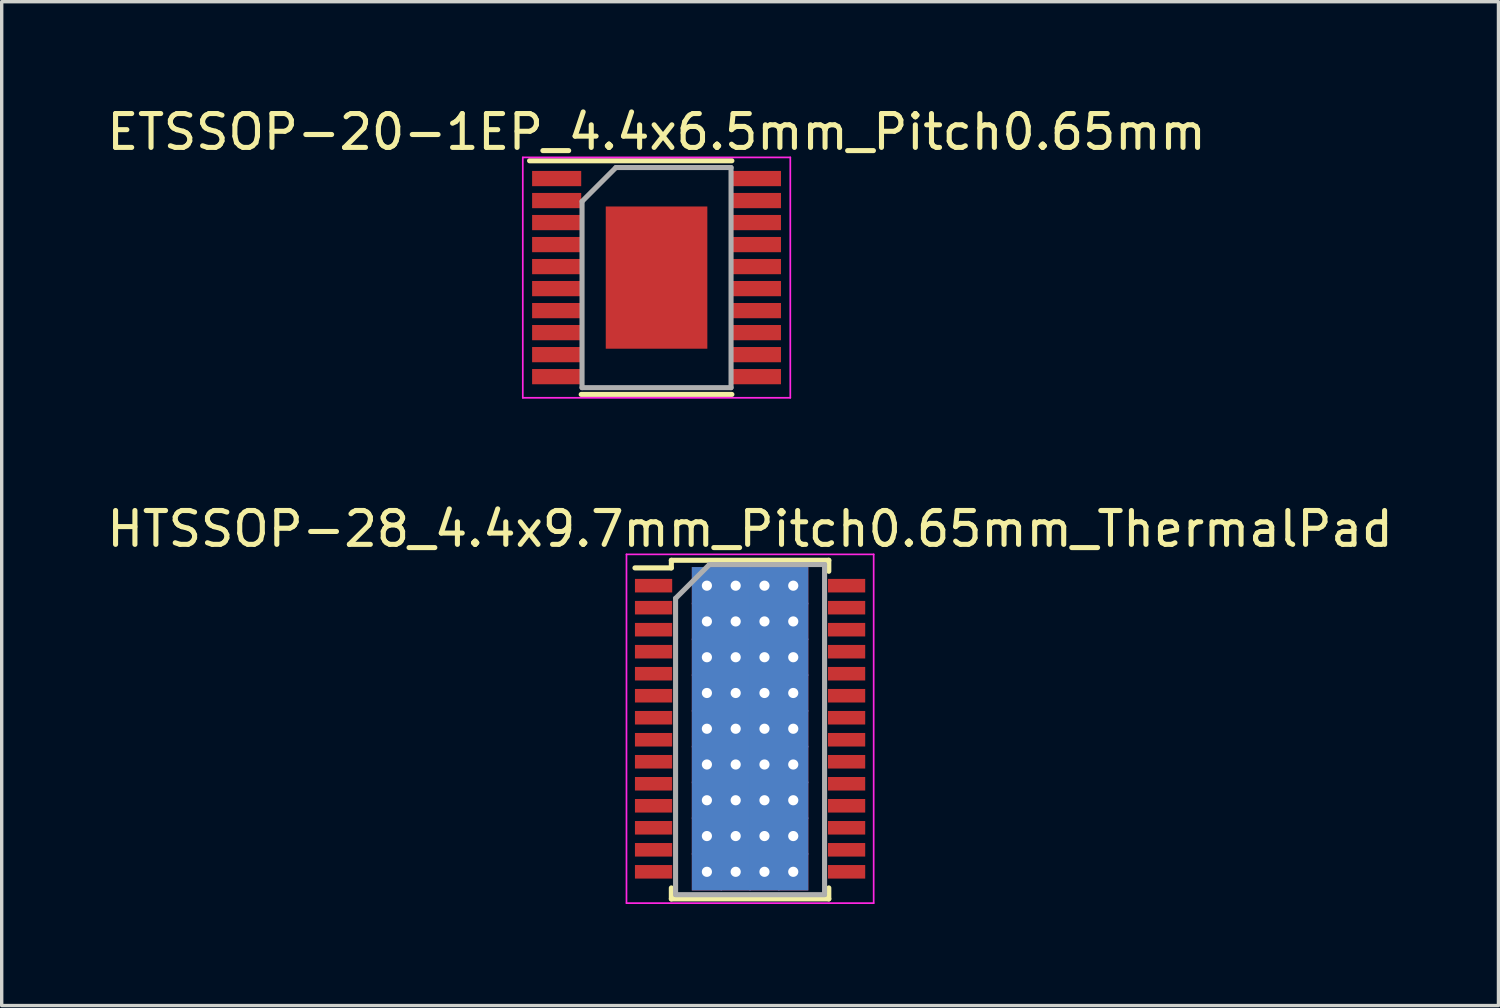
<source format=kicad_pcb>
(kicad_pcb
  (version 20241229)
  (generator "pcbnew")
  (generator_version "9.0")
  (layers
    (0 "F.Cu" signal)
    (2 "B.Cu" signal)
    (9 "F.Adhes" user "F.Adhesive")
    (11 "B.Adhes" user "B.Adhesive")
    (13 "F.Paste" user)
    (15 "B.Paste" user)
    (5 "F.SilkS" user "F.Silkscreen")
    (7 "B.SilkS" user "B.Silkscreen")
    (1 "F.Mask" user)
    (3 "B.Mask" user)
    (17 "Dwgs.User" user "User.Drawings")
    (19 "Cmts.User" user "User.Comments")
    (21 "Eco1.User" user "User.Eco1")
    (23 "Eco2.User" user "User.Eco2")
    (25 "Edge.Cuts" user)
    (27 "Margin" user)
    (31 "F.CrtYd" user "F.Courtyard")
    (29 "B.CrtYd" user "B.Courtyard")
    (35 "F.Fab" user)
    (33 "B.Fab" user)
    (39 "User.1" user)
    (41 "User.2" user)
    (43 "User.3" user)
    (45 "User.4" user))
  (footprint "ETSSOP-20-1EP_4.4x6.5mm_Pitch0.65mm"
    (layer "F.Cu")
    (at 16.339 5.148)
    (property "Reference" "ETSSOP-20-1EP_4.4x6.5mm_Pitch0.65mm" (at 0 -4.3 0) (layer "F.SilkS") (effects (font (size 1 1) (thickness 0.15))))
    (attr smd)
    (fp_line (start -3.75 -3.45) (end 2.225 -3.45) (stroke (width 0.15) (type solid)) (layer "F.SilkS"))
    (fp_line (start -2.225 3.45) (end 2.225 3.45) (stroke (width 0.15) (type solid)) (layer "F.SilkS"))
    (fp_line (start -3.95 -3.55) (end -3.95 3.55) (stroke (width 0.05) (type solid)) (layer "F.CrtYd"))
    (fp_line (start -3.95 -3.55) (end 3.95 -3.55) (stroke (width 0.05) (type solid)) (layer "F.CrtYd"))
    (fp_line (start -3.95 3.55) (end 3.95 3.55) (stroke (width 0.05) (type solid)) (layer "F.CrtYd"))
    (fp_line (start 3.95 -3.55) (end 3.95 3.55) (stroke (width 0.05) (type solid)) (layer "F.CrtYd"))
    (fp_line (start -2.2 -2.25) (end -1.2 -3.25) (stroke (width 0.15) (type solid)) (layer "F.Fab"))
    (fp_line (start -2.2 3.25) (end -2.2 -2.25) (stroke (width 0.15) (type solid)) (layer "F.Fab"))
    (fp_line (start -1.2 -3.25) (end 2.2 -3.25) (stroke (width 0.15) (type solid)) (layer "F.Fab"))
    (fp_line (start 2.2 -3.25) (end 2.2 3.25) (stroke (width 0.15) (type solid)) (layer "F.Fab"))
    (fp_line (start 2.2 3.25) (end -2.2 3.25) (stroke (width 0.15) (type solid)) (layer "F.Fab"))
    (pad "1" smd rect (at -2.95 -2.925) (size 1.45 0.45) (layers "F.Cu" "F.Mask" "F.Paste"))
    (pad "2" smd rect (at -2.95 -2.275) (size 1.45 0.45) (layers "F.Cu" "F.Mask" "F.Paste"))
    (pad "3" smd rect (at -2.95 -1.625) (size 1.45 0.45) (layers "F.Cu" "F.Mask" "F.Paste"))
    (pad "4" smd rect (at -2.95 -0.975) (size 1.45 0.45) (layers "F.Cu" "F.Mask" "F.Paste"))
    (pad "5" smd rect (at -2.95 -0.325) (size 1.45 0.45) (layers "F.Cu" "F.Mask" "F.Paste"))
    (pad "6" smd rect (at -2.95 0.325) (size 1.45 0.45) (layers "F.Cu" "F.Mask" "F.Paste"))
    (pad "7" smd rect (at -2.95 0.975) (size 1.45 0.45) (layers "F.Cu" "F.Mask" "F.Paste"))
    (pad "8" smd rect (at -2.95 1.625) (size 1.45 0.45) (layers "F.Cu" "F.Mask" "F.Paste"))
    (pad "9" smd rect (at -2.95 2.275) (size 1.45 0.45) (layers "F.Cu" "F.Mask" "F.Paste"))
    (pad "10" smd rect (at -2.95 2.925) (size 1.45 0.45) (layers "F.Cu" "F.Mask" "F.Paste"))
    (pad "11" smd rect (at 2.95 2.925) (size 1.45 0.45) (layers "F.Cu" "F.Mask" "F.Paste"))
    (pad "12" smd rect (at 2.95 2.275) (size 1.45 0.45) (layers "F.Cu" "F.Mask" "F.Paste"))
    (pad "13" smd rect (at 2.95 1.625) (size 1.45 0.45) (layers "F.Cu" "F.Mask" "F.Paste"))
    (pad "14" smd rect (at 2.95 0.975) (size 1.45 0.45) (layers "F.Cu" "F.Mask" "F.Paste"))
    (pad "15" smd rect (at 2.95 0.325) (size 1.45 0.45) (layers "F.Cu" "F.Mask" "F.Paste"))
    (pad "16" smd rect (at 2.95 -0.325) (size 1.45 0.45) (layers "F.Cu" "F.Mask" "F.Paste"))
    (pad "17" smd rect (at 2.95 -0.975) (size 1.45 0.45) (layers "F.Cu" "F.Mask" "F.Paste"))
    (pad "18" smd rect (at 2.95 -1.625) (size 1.45 0.45) (layers "F.Cu" "F.Mask" "F.Paste"))
    (pad "19" smd rect (at 2.95 -2.275) (size 1.45 0.45) (layers "F.Cu" "F.Mask" "F.Paste"))
    (pad "20" smd rect (at 2.95 -2.925) (size 1.45 0.45) (layers "F.Cu" "F.Mask" "F.Paste"))
    (pad "21" smd rect (at 0 0) (size 3 4.2) (layers "F.Cu" "F.Mask" "F.Paste")))
  (footprint "HTSSOP-28_4.4x9.7mm_Pitch0.65mm_ThermalPad"
    (layer "F.Cu")
    (at 19.101 18.471)
    (property "Reference" "HTSSOP-28_4.4x9.7mm_Pitch0.65mm_ThermalPad" (at 0 -5.9 0) (layer "F.SilkS") (effects (font (size 1 1) (thickness 0.15))))
    (attr smd)
    (fp_line (start -2.325 -4.975) (end -2.325 -4.75) (stroke (width 0.15) (type solid)) (layer "F.SilkS"))
    (fp_line (start -2.325 -4.975) (end 2.325 -4.975) (stroke (width 0.15) (type solid)) (layer "F.SilkS"))
    (fp_line (start -2.325 -4.75) (end -3.4 -4.75) (stroke (width 0.15) (type solid)) (layer "F.SilkS"))
    (fp_line (start -2.325 5.026) (end -2.325 4.701) (stroke (width 0.15) (type solid)) (layer "F.SilkS"))
    (fp_line (start -2.325 5.026) (end 2.325 5.026) (stroke (width 0.15) (type solid)) (layer "F.SilkS"))
    (fp_line (start 2.325 -4.975) (end 2.325 -4.65) (stroke (width 0.15) (type solid)) (layer "F.SilkS"))
    (fp_line (start 2.325 5.026) (end 2.325 4.701) (stroke (width 0.15) (type solid)) (layer "F.SilkS"))
    (fp_line (start -3.65 -5.15) (end -3.65 5.15) (stroke (width 0.05) (type solid)) (layer "F.CrtYd"))
    (fp_line (start -3.65 -5.15) (end 3.65 -5.15) (stroke (width 0.05) (type solid)) (layer "F.CrtYd"))
    (fp_line (start -3.65 5.15) (end 3.65 5.15) (stroke (width 0.05) (type solid)) (layer "F.CrtYd"))
    (fp_line (start 3.65 -5.15) (end 3.65 5.15) (stroke (width 0.05) (type solid)) (layer "F.CrtYd"))
    (fp_line (start -2.2 -3.85) (end -1.2 -4.85) (stroke (width 0.15) (type solid)) (layer "F.Fab"))
    (fp_line (start -2.2 4.85) (end -2.2 -3.85) (stroke (width 0.15) (type solid)) (layer "F.Fab"))
    (fp_line (start -1.2 -4.85) (end 2.2 -4.85) (stroke (width 0.15) (type solid)) (layer "F.Fab"))
    (fp_line (start 2.2 -4.85) (end 2.2 4.85) (stroke (width 0.15) (type solid)) (layer "F.Fab"))
    (fp_line (start 2.2 4.901) (end -2.2 4.901) (stroke (width 0.15) (type solid)) (layer "F.Fab"))
    (pad "1" smd rect (at -2.85 -4.225) (size 1.1 0.4) (layers "F.Cu" "F.Mask" "F.Paste"))
    (pad "2" smd rect (at -2.85 -3.575) (size 1.1 0.4) (layers "F.Cu" "F.Mask" "F.Paste"))
    (pad "3" smd rect (at -2.85 -2.925) (size 1.1 0.4) (layers "F.Cu" "F.Mask" "F.Paste"))
    (pad "4" smd rect (at -2.85 -2.275) (size 1.1 0.4) (layers "F.Cu" "F.Mask" "F.Paste"))
    (pad "5" smd rect (at -2.85 -1.625) (size 1.1 0.4) (layers "F.Cu" "F.Mask" "F.Paste"))
    (pad "6" smd rect (at -2.85 -0.975) (size 1.1 0.4) (layers "F.Cu" "F.Mask" "F.Paste"))
    (pad "7" smd rect (at -2.85 -0.325) (size 1.1 0.4) (layers "F.Cu" "F.Mask" "F.Paste"))
    (pad "8" smd rect (at -2.85 0.325) (size 1.1 0.4) (layers "F.Cu" "F.Mask" "F.Paste"))
    (pad "9" smd rect (at -2.85 0.975) (size 1.1 0.4) (layers "F.Cu" "F.Mask" "F.Paste"))
    (pad "10" smd rect (at -2.85 1.625) (size 1.1 0.4) (layers "F.Cu" "F.Mask" "F.Paste"))
    (pad "11" smd rect (at -2.85 2.275) (size 1.1 0.4) (layers "F.Cu" "F.Mask" "F.Paste"))
    (pad "12" smd rect (at -2.85 2.925) (size 1.1 0.4) (layers "F.Cu" "F.Mask" "F.Paste"))
    (pad "13" smd rect (at -2.85 3.575) (size 1.1 0.4) (layers "F.Cu" "F.Mask" "F.Paste"))
    (pad "14" smd rect (at -2.85 4.225) (size 1.1 0.4) (layers "F.Cu" "F.Mask" "F.Paste"))
    (pad "15" smd rect (at 2.85 4.225) (size 1.1 0.4) (layers "F.Cu" "F.Mask" "F.Paste"))
    (pad "16" smd rect (at 2.85 3.575) (size 1.1 0.4) (layers "F.Cu" "F.Mask" "F.Paste"))
    (pad "17" smd rect (at 2.85 2.925) (size 1.1 0.4) (layers "F.Cu" "F.Mask" "F.Paste"))
    (pad "18" smd rect (at 2.85 2.275) (size 1.1 0.4) (layers "F.Cu" "F.Mask" "F.Paste"))
    (pad "19" smd rect (at 2.85 1.625) (size 1.1 0.4) (layers "F.Cu" "F.Mask" "F.Paste"))
    (pad "20" smd rect (at 2.85 0.975) (size 1.1 0.4) (layers "F.Cu" "F.Mask" "F.Paste"))
    (pad "21" smd rect (at 2.85 0.325) (size 1.1 0.4) (layers "F.Cu" "F.Mask" "F.Paste"))
    (pad "22" smd rect (at 2.85 -0.325) (size 1.1 0.4) (layers "F.Cu" "F.Mask" "F.Paste"))
    (pad "23" smd rect (at 2.85 -0.975) (size 1.1 0.4) (layers "F.Cu" "F.Mask" "F.Paste"))
    (pad "24" smd rect (at 2.85 -1.625) (size 1.1 0.4) (layers "F.Cu" "F.Mask" "F.Paste"))
    (pad "25" smd rect (at 2.85 -2.275) (size 1.1 0.4) (layers "F.Cu" "F.Mask" "F.Paste"))
    (pad "26" smd rect (at 2.85 -2.925) (size 1.1 0.4) (layers "F.Cu" "F.Mask" "F.Paste"))
    (pad "27" smd rect (at 2.85 -3.575) (size 1.1 0.4) (layers "F.Cu" "F.Mask" "F.Paste"))
    (pad "28" smd rect (at 2.85 -4.225) (size 1.1 0.4) (layers "F.Cu" "F.Mask" "F.Paste"))
    (pad "29" thru_hole rect (at -1.275 -4.225) (size 0.89 1.1) (drill 0.3) (layers "*.Cu" "*.Mask"))
    (pad "29" thru_hole rect (at -1.275 -3.169) (size 0.89 1.1) (drill 0.3) (layers "*.Cu" "*.Mask"))
    (pad "29" thru_hole rect (at -1.275 -2.112) (size 0.89 1.1) (drill 0.3) (layers "*.Cu" "*.Mask"))
    (pad "29" thru_hole rect (at -1.275 -1.056) (size 0.89 1.1) (drill 0.3) (layers "*.Cu" "*.Mask"))
    (pad "29" thru_hole rect (at -1.275 0) (size 0.89 1.1) (drill 0.3) (layers "*.Cu" "*.Mask"))
    (pad "29" thru_hole rect (at -1.275 1.056) (size 0.89 1.1) (drill 0.3) (layers "*.Cu" "*.Mask"))
    (pad "29" thru_hole rect (at -1.275 2.112) (size 0.89 1.1) (drill 0.3) (layers "*.Cu" "*.Mask"))
    (pad "29" thru_hole rect (at -1.275 3.169) (size 0.89 1.1) (drill 0.3) (layers "*.Cu" "*.Mask"))
    (pad "29" thru_hole rect (at -1.275 4.225) (size 0.89 1.1) (drill 0.3) (layers "*.Cu" "*.Mask"))
    (pad "29" thru_hole rect (at -0.425 -4.225) (size 0.89 1.1) (drill 0.3) (layers "*.Cu" "*.Mask"))
    (pad "29" thru_hole rect (at -0.425 -3.169) (size 0.89 1.1) (drill 0.3) (layers "*.Cu" "*.Mask"))
    (pad "29" thru_hole rect (at -0.425 -2.112) (size 0.89 1.1) (drill 0.3) (layers "*.Cu" "*.Mask"))
    (pad "29" thru_hole rect (at -0.425 -1.056) (size 0.89 1.1) (drill 0.3) (layers "*.Cu" "*.Mask"))
    (pad "29" thru_hole rect (at -0.425 0) (size 0.89 1.1) (drill 0.3) (layers "*.Cu" "*.Mask"))
    (pad "29" thru_hole rect (at -0.425 1.056) (size 0.89 1.1) (drill 0.3) (layers "*.Cu" "*.Mask"))
    (pad "29" thru_hole rect (at -0.425 2.112) (size 0.89 1.1) (drill 0.3) (layers "*.Cu" "*.Mask"))
    (pad "29" thru_hole rect (at -0.425 3.169) (size 0.89 1.1) (drill 0.3) (layers "*.Cu" "*.Mask"))
    (pad "29" thru_hole rect (at -0.425 4.225) (size 0.89 1.1) (drill 0.3) (layers "*.Cu" "*.Mask"))
    (pad "29" thru_hole rect (at 0.425 -4.225) (size 0.89 1.1) (drill 0.3) (layers "*.Cu" "*.Mask"))
    (pad "29" thru_hole rect (at 0.425 -3.169) (size 0.89 1.1) (drill 0.3) (layers "*.Cu" "*.Mask"))
    (pad "29" thru_hole rect (at 0.425 -2.112) (size 0.89 1.1) (drill 0.3) (layers "*.Cu" "*.Mask"))
    (pad "29" thru_hole rect (at 0.425 -1.056) (size 0.89 1.1) (drill 0.3) (layers "*.Cu" "*.Mask"))
    (pad "29" thru_hole rect (at 0.425 0) (size 0.89 1.1) (drill 0.3) (layers "*.Cu" "*.Mask"))
    (pad "29" thru_hole rect (at 0.425 1.056) (size 0.89 1.1) (drill 0.3) (layers "*.Cu" "*.Mask"))
    (pad "29" thru_hole rect (at 0.425 2.112) (size 0.89 1.1) (drill 0.3) (layers "*.Cu" "*.Mask"))
    (pad "29" thru_hole rect (at 0.425 3.169) (size 0.89 1.1) (drill 0.3) (layers "*.Cu" "*.Mask"))
    (pad "29" thru_hole rect (at 0.425 4.225) (size 0.89 1.1) (drill 0.3) (layers "*.Cu" "*.Mask"))
    (pad "29" thru_hole rect (at 1.275 -4.225) (size 0.89 1.1) (drill 0.3) (layers "*.Cu" "*.Mask"))
    (pad "29" thru_hole rect (at 1.275 -3.169) (size 0.89 1.1) (drill 0.3) (layers "*.Cu" "*.Mask"))
    (pad "29" thru_hole rect (at 1.275 -2.112) (size 0.89 1.1) (drill 0.3) (layers "*.Cu" "*.Mask"))
    (pad "29" thru_hole rect (at 1.275 -1.056) (size 0.89 1.1) (drill 0.3) (layers "*.Cu" "*.Mask"))
    (pad "29" thru_hole rect (at 1.275 0) (size 0.89 1.1) (drill 0.3) (layers "*.Cu" "*.Mask"))
    (pad "29" thru_hole rect (at 1.275 1.056) (size 0.89 1.1) (drill 0.3) (layers "*.Cu" "*.Mask"))
    (pad "29" thru_hole rect (at 1.275 2.112) (size 0.89 1.1) (drill 0.3) (layers "*.Cu" "*.Mask"))
    (pad "29" thru_hole rect (at 1.275 3.169) (size 0.89 1.1) (drill 0.3) (layers "*.Cu" "*.Mask"))
    (pad "29" thru_hole rect (at 1.275 4.225) (size 0.89 1.1) (drill 0.3) (layers "*.Cu" "*.Mask")))
  (gr_rect
    (start -3 -3)
    (end 41.202 26.646)
    (stroke (width 0.1) (type default))
    (fill no)
    (layer "Edge.Cuts")))
</source>
